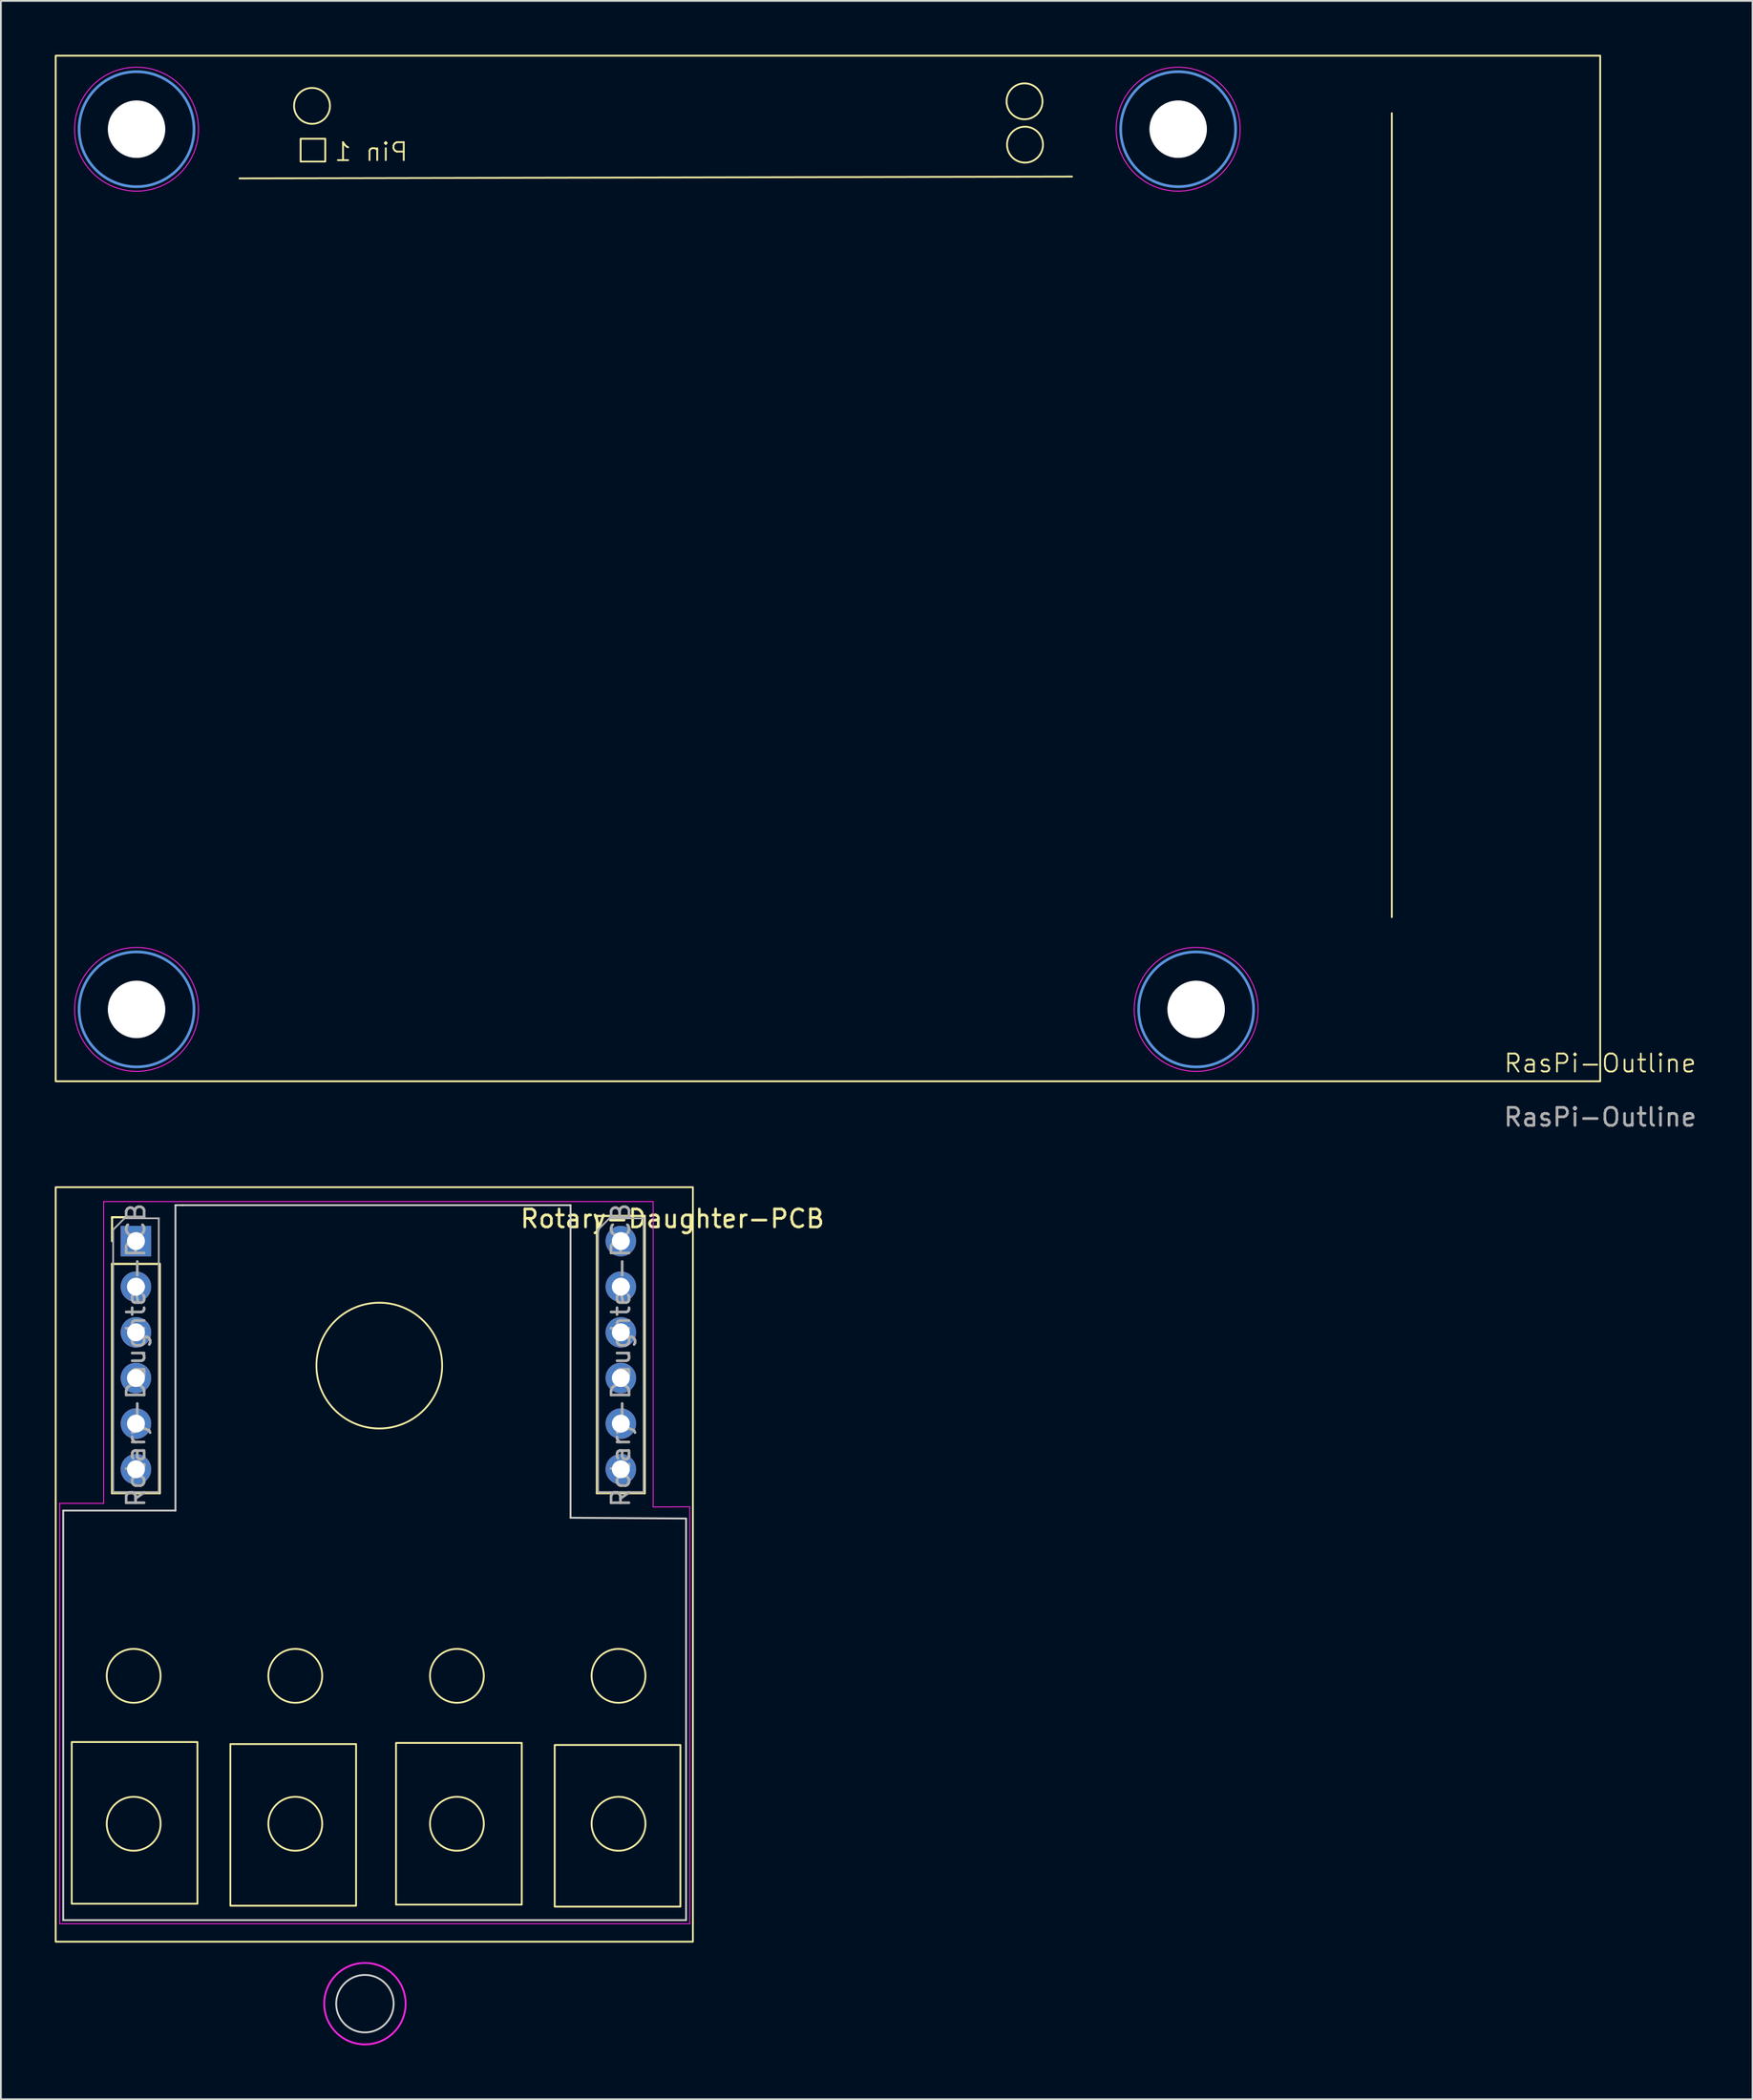
<source format=kicad_pcb>
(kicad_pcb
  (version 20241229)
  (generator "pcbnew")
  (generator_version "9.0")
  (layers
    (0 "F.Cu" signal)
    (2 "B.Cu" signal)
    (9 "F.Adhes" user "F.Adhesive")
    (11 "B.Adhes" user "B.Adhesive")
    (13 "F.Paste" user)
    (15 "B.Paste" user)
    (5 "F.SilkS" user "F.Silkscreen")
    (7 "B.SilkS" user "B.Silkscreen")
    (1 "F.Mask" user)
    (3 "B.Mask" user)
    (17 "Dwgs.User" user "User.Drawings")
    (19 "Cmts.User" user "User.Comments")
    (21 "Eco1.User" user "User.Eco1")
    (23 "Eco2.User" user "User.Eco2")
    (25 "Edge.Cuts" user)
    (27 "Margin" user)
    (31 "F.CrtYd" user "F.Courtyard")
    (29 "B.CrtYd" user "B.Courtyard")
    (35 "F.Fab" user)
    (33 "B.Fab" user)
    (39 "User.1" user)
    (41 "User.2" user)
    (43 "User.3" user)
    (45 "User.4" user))
  (footprint "Rotary-Daughter-PCB"
    (layer "F.Cu")
    (at 4.52 66.039)
    (property "Reference" "Rotary-Daughter-PCB" (at 29.87 -1.245 0) (layer "F.SilkS") (effects (font (size 1 1) (thickness 0.15))))
    (attr through_hole)
    (fp_line (start -1.33 -1.33) (end 0 -1.33) (stroke (width 0.12) (type solid)) (layer "F.SilkS"))
    (fp_line (start -1.33 0) (end -1.33 -1.33) (stroke (width 0.12) (type solid)) (layer "F.SilkS"))
    (fp_line (start -1.33 1.27) (end -1.33 14.03) (stroke (width 0.12) (type solid)) (layer "F.SilkS"))
    (fp_line (start -1.33 1.27) (end 1.33 1.27) (stroke (width 0.12) (type solid)) (layer "F.SilkS"))
    (fp_line (start -1.33 14.03) (end 1.33 14.03) (stroke (width 0.12) (type solid)) (layer "F.SilkS"))
    (fp_line (start 1.33 1.27) (end 1.33 14.03) (stroke (width 0.12) (type solid)) (layer "F.SilkS"))
    (fp_line (start 25.67 -1.4) (end 25.67 14.03) (stroke (width 0.12) (type solid)) (layer "F.SilkS"))
    (fp_line (start 25.67 -1.4) (end 28.33 -1.4) (stroke (width 0.12) (type solid)) (layer "F.SilkS"))
    (fp_line (start 25.67 14.03) (end 28.33 14.03) (stroke (width 0.12) (type solid)) (layer "F.SilkS"))
    (fp_line (start 28.33 -1.4) (end 28.33 14.03) (stroke (width 0.12) (type solid)) (layer "F.SilkS"))
    (fp_rect (start -4.47 -3) (end 31.013 39) (stroke (width 0.1) (type default)) (fill no) (layer "F.SilkS"))
    (fp_rect (start -3.576 27.885) (end 3.424 36.885) (stroke (width 0.1) (type default)) (fill no) (layer "F.SilkS"))
    (fp_rect (start 5.258 27.997) (end 12.258 36.997) (stroke (width 0.1) (type default)) (fill no) (layer "F.SilkS"))
    (fp_rect (start 14.483 27.935) (end 21.483 36.935) (stroke (width 0.1) (type default)) (fill no) (layer "F.SilkS"))
    (fp_rect (start 23.317 28.048) (end 30.317 37.048) (stroke (width 0.1) (type default)) (fill no) (layer "F.SilkS"))
    (fp_circle (center -0.128 24.2) (end 1.372 24.2) (stroke (width 0.1) (type default)) (fill no) (layer "F.SilkS"))
    (fp_circle (center -0.128 32.435) (end 1.372 32.435) (stroke (width 0.1) (type default)) (fill no) (layer "F.SilkS"))
    (fp_circle (center 8.872 24.2) (end 10.372 24.2) (stroke (width 0.1) (type default)) (fill no) (layer "F.SilkS"))
    (fp_circle (center 8.872 32.435) (end 10.372 32.435) (stroke (width 0.1) (type default)) (fill no) (layer "F.SilkS"))
    (fp_circle (center 13.55 6.93) (end 17.05 6.93) (stroke (width 0.1) (type default)) (fill no) (layer "F.SilkS"))
    (fp_circle (center 17.872 24.2) (end 19.372 24.2) (stroke (width 0.1) (type default)) (fill no) (layer "F.SilkS"))
    (fp_circle (center 17.872 32.435) (end 19.372 32.435) (stroke (width 0.1) (type default)) (fill no) (layer "F.SilkS"))
    (fp_circle (center 26.872 24.2) (end 28.372 24.2) (stroke (width 0.1) (type default)) (fill no) (layer "F.SilkS"))
    (fp_circle (center 26.872 32.435) (end 28.372 32.435) (stroke (width 0.1) (type default)) (fill no) (layer "F.SilkS"))
    (fp_line (start -4.05 15) (end 2.2 15) (stroke (width 0.1) (type default)) (layer "Edge.Cuts"))
    (fp_line (start -4.05 37.8) (end -4.05 15) (stroke (width 0.1) (type default)) (layer "Edge.Cuts"))
    (fp_line (start 2.2 -2) (end 2.6 -2) (stroke (width 0.1) (type default)) (layer "Edge.Cuts"))
    (fp_line (start 2.2 15) (end 2.2 -2) (stroke (width 0.1) (type default)) (layer "Edge.Cuts"))
    (fp_line (start 2.6 -2) (end 24.2 -2) (stroke (width 0.1) (type default)) (layer "Edge.Cuts"))
    (fp_line (start 24.2 -2) (end 24.2 15.4) (stroke (width 0.1) (type default)) (layer "Edge.Cuts"))
    (fp_line (start 24.2 15.4) (end 30.632 15.443) (stroke (width 0.1) (type default)) (layer "Edge.Cuts"))
    (fp_line (start 30.632 15.443) (end 30.632 37.8) (stroke (width 0.1) (type default)) (layer "Edge.Cuts"))
    (fp_line (start 30.632 37.8) (end -4.05 37.8) (stroke (width 0.1) (type default)) (layer "Edge.Cuts"))
    (fp_circle (center 12.75 42.45) (end 14.35 42.45) (stroke (width 0.1) (type default)) (fill no) (layer "Edge.Cuts"))
    (fp_line (start -4.25 14.6) (end -4.25 38) (stroke (width 0.05) (type default)) (layer "F.CrtYd"))
    (fp_line (start -4.25 38) (end 30.836 38) (stroke (width 0.05) (type default)) (layer "F.CrtYd"))
    (fp_line (start -1.8 -2.2) (end -1.8 14.6) (stroke (width 0.05) (type solid)) (layer "F.CrtYd"))
    (fp_line (start -1.8 14.6) (end -4.25 14.6) (stroke (width 0.05) (type default)) (layer "F.CrtYd"))
    (fp_line (start 28.8 -2.2) (end -1.8 -2.2) (stroke (width 0.05) (type solid)) (layer "F.CrtYd"))
    (fp_line (start 28.8 14.8) (end 28.8 -2.2) (stroke (width 0.05) (type solid)) (layer "F.CrtYd"))
    (fp_line (start 30.836 14.791) (end 28.8 14.8) (stroke (width 0.05) (type default)) (layer "F.CrtYd"))
    (fp_line (start 30.836 38) (end 30.836 14.791) (stroke (width 0.05) (type default)) (layer "F.CrtYd"))
    (fp_circle (center 12.75 42.45) (end 15.018 42.45) (stroke (width 0.1) (type default)) (fill no) (layer "F.CrtYd"))
    (fp_line (start -1.27 -0.635) (end -0.635 -1.27) (stroke (width 0.1) (type solid)) (layer "F.Fab"))
    (fp_line (start -1.27 13.97) (end -1.27 -0.635) (stroke (width 0.1) (type solid)) (layer "F.Fab"))
    (fp_line (start -0.635 -1.27) (end 1.27 -1.27) (stroke (width 0.1) (type solid)) (layer "F.Fab"))
    (fp_line (start 1.27 -1.27) (end 1.27 13.97) (stroke (width 0.1) (type solid)) (layer "F.Fab"))
    (fp_line (start 1.27 13.97) (end -1.27 13.97) (stroke (width 0.1) (type solid)) (layer "F.Fab"))
    (fp_line (start 25.73 -0.635) (end 26.365 -1.27) (stroke (width 0.1) (type solid)) (layer "F.Fab"))
    (fp_line (start 25.73 13.97) (end 25.73 -0.635) (stroke (width 0.1) (type solid)) (layer "F.Fab"))
    (fp_line (start 26.365 -1.27) (end 28.27 -1.27) (stroke (width 0.1) (type solid)) (layer "F.Fab"))
    (fp_line (start 28.27 -1.27) (end 28.27 13.97) (stroke (width 0.1) (type solid)) (layer "F.Fab"))
    (fp_line (start 28.27 13.97) (end 25.73 13.97) (stroke (width 0.1) (type solid)) (layer "F.Fab"))
    (fp_text user "${REFERENCE}" (at 0 6.35 90) (layer "F.Fab") (effects (font (size 1 1) (thickness 0.15))))
    (fp_text user "${REFERENCE}" (at 27 6.35 90) (layer "F.Fab") (effects (font (size 1 1) (thickness 0.15))))
    (pad "1" thru_hole rect (at 0 0) (size 1.7 1.7) (drill 1) (layers "*.Cu" "*.Mask"))
    (pad "2" thru_hole oval (at 0 2.54) (size 1.7 1.7) (drill 1) (layers "*.Cu" "*.Mask"))
    (pad "3" thru_hole oval (at 0 5.08) (size 1.7 1.7) (drill 1) (layers "*.Cu" "*.Mask"))
    (pad "4" thru_hole oval (at 0 7.62) (size 1.7 1.7) (drill 1) (layers "*.Cu" "*.Mask"))
    (pad "5" thru_hole oval (at 0 10.16) (size 1.7 1.7) (drill 1) (layers "*.Cu" "*.Mask"))
    (pad "6" thru_hole oval (at 0 12.7) (size 1.7 1.7) (drill 1) (layers "*.Cu" "*.Mask"))
    (pad "7" thru_hole oval (at 27 0) (size 1.7 1.7) (drill 1) (layers "*.Cu" "*.Mask"))
    (pad "8" thru_hole oval (at 27 2.54) (size 1.7 1.7) (drill 1) (layers "*.Cu" "*.Mask"))
    (pad "9" thru_hole oval (at 27 5.08) (size 1.7 1.7) (drill 1) (layers "*.Cu" "*.Mask"))
    (pad "10" thru_hole oval (at 27 7.62) (size 1.7 1.7) (drill 1) (layers "*.Cu" "*.Mask"))
    (pad "11" thru_hole oval (at 27 10.16) (size 1.7 1.7) (drill 1) (layers "*.Cu" "*.Mask"))
    (pad "12" thru_hole oval (at 27 12.7) (size 1.7 1.7) (drill 1) (layers "*.Cu" "*.Mask")))
  (footprint "RasPi-Outline"
    (layer "F.Cu")
    (at 86.054 56.641)
    (property "Reference" "RasPi-Outline" (at 0 -0.5 0) (unlocked yes) (layer "F.SilkS") (effects (font (size 1 1) (thickness 0.1))))
    (attr smd)
    (fp_line (start -75.768 -49.759) (end -29.413 -49.861) (stroke (width 0.1) (type default)) (layer "F.SilkS"))
    (fp_line (start -11.6 -53.391) (end -11.6 -8.636) (stroke (width 0.1) (type default)) (layer "F.SilkS"))
    (fp_rect (start -86.004 -56.591) (end 0 0.5) (stroke (width 0.1) (type default)) (fill no) (layer "F.SilkS"))
    (fp_rect (start -72.365 -51.968) (end -70.993 -50.698) (stroke (width 0.1) (type default)) (fill no) (layer "F.SilkS"))
    (fp_circle (center -71.73 -53.797) (end -70.73 -53.797) (stroke (width 0.1) (type default)) (fill no) (layer "F.SilkS"))
    (fp_circle (center -32.055 -54.051) (end -31.055 -54.051) (stroke (width 0.1) (type default)) (fill no) (layer "F.SilkS"))
    (fp_circle (center -32.029 -51.638) (end -31.029 -51.638) (stroke (width 0.1) (type default)) (fill no) (layer "F.SilkS"))
    (fp_circle (center -81.5 -52.5) (end -78.3 -52.5) (stroke (width 0.15) (type solid)) (fill no) (layer "Cmts.User"))
    (fp_circle (center -81.5 -3.5) (end -78.3 -3.5) (stroke (width 0.15) (type solid)) (fill no) (layer "Cmts.User"))
    (fp_circle (center -23.5 -52.5) (end -20.3 -52.5) (stroke (width 0.15) (type solid)) (fill no) (layer "Cmts.User"))
    (fp_circle (center -22.5 -3.5) (end -19.3 -3.5) (stroke (width 0.15) (type solid)) (fill no) (layer "Cmts.User"))
    (fp_circle (center -81.5 -52.5) (end -78.05 -52.5) (stroke (width 0.05) (type solid)) (fill no) (layer "F.CrtYd"))
    (fp_circle (center -81.5 -3.5) (end -78.05 -3.5) (stroke (width 0.05) (type solid)) (fill no) (layer "F.CrtYd"))
    (fp_circle (center -23.5 -52.5) (end -20.05 -52.5) (stroke (width 0.05) (type solid)) (fill no) (layer "F.CrtYd"))
    (fp_circle (center -22.5 -3.5) (end -19.05 -3.5) (stroke (width 0.05) (type solid)) (fill no) (layer "F.CrtYd"))
    (fp_text user "Pin 1" (at -66.319 -50.648 0) (unlocked yes) (layer "F.SilkS") (effects (font (size 1 1) (thickness 0.1)) (justify left bottom mirror)))
    (fp_text user "${REFERENCE}" (at 0 2.5 0) (unlocked yes) (layer "F.Fab") (effects (font (size 1 1) (thickness 0.15))))
    (pad "" np_thru_hole circle (at -81.5 -52.5) (size 3.2 3.2) (drill 3.2) (layers "*.Cu" "*.Mask"))
    (pad "" np_thru_hole circle (at -81.5 -3.5) (size 3.2 3.2) (drill 3.2) (layers "*.Cu" "*.Mask"))
    (pad "" np_thru_hole circle (at -23.5 -52.5) (size 3.2 3.2) (drill 3.2) (layers "*.Cu" "*.Mask"))
    (pad "" np_thru_hole circle (at -22.5 -3.5) (size 3.2 3.2) (drill 3.2) (layers "*.Cu" "*.Mask")))
  (gr_rect
    (start -3 -3)
    (end 94.537 113.807)
    (stroke (width 0.1) (type default))
    (fill no)
    (layer "Edge.Cuts")))
</source>
